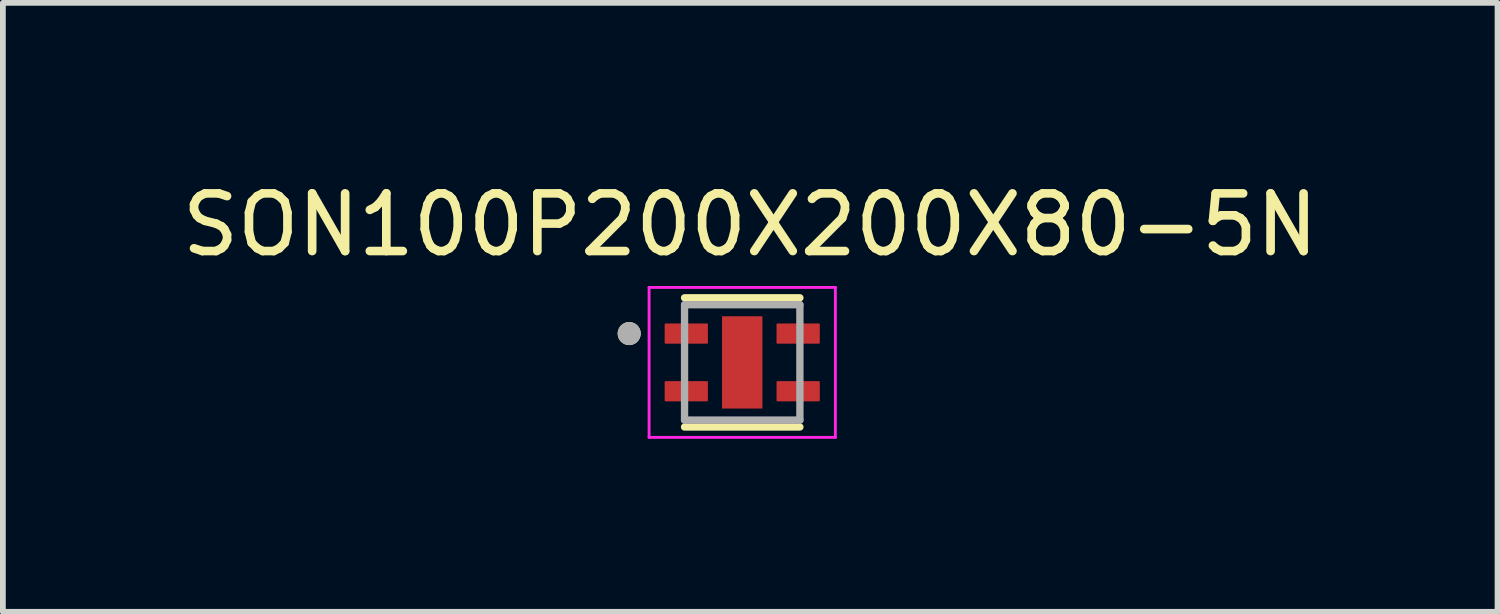
<source format=kicad_pcb>
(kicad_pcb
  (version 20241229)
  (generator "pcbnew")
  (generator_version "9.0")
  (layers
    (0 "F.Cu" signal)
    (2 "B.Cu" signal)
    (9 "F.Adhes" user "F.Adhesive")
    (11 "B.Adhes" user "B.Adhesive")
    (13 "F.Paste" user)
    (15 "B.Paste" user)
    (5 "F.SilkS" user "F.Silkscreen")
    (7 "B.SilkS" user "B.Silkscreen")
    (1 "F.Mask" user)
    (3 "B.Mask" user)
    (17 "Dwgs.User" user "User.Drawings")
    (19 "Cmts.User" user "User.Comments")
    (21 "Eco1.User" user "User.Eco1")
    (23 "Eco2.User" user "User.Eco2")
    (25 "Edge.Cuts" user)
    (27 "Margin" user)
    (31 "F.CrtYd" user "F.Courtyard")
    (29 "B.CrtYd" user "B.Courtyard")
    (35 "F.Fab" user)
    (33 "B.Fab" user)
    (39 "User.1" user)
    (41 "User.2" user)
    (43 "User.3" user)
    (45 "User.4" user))
  (footprint "SON100P200X200X80-5N"
    (layer "F.Cu")
    (at 9.82 3.234)
    (property "Reference" "SON100P200X200X80-5N" (at 0.138 -2.386 0) (layer "F.SilkS") (effects (font (size 1 1) (thickness 0.15))))
    (attr smd)
    (fp_line (start -1 -1.12) (end 1 -1.12) (stroke (width 0.127) (type solid)) (layer "F.SilkS"))
    (fp_line (start -1 1.12) (end 1 1.12) (stroke (width 0.127) (type solid)) (layer "F.SilkS"))
    (fp_circle (center -1.96 -0.5) (end -1.86 -0.5) (stroke (width 0.2) (type solid)) (fill no) (layer "F.SilkS"))
    (fp_line (start -1.615 -1.3) (end -1.615 1.3) (stroke (width 0.05) (type solid)) (layer "F.CrtYd"))
    (fp_line (start -1.615 -1.3) (end 1.615 -1.3) (stroke (width 0.05) (type solid)) (layer "F.CrtYd"))
    (fp_line (start -1.615 1.3) (end 1.615 1.3) (stroke (width 0.05) (type solid)) (layer "F.CrtYd"))
    (fp_line (start 1.615 -1.3) (end 1.615 1.3) (stroke (width 0.05) (type solid)) (layer "F.CrtYd"))
    (fp_line (start -1 -1) (end -1 1) (stroke (width 0.127) (type solid)) (layer "F.Fab"))
    (fp_line (start -1 -1) (end 1 -1) (stroke (width 0.127) (type solid)) (layer "F.Fab"))
    (fp_line (start -1 1) (end 1 1) (stroke (width 0.127) (type solid)) (layer "F.Fab"))
    (fp_line (start 1 -1) (end 1 1) (stroke (width 0.127) (type solid)) (layer "F.Fab"))
    (fp_circle (center -1.96 -0.5) (end -1.86 -0.5) (stroke (width 0.2) (type solid)) (fill no) (layer "F.Fab"))
    (pad "1" smd roundrect (at -0.97 -0.5) (size 0.75 0.35) (layers "F.Cu" "F.Mask" "F.Paste") (roundrect_rratio 0.04))
    (pad "2" smd roundrect (at -0.97 0.5) (size 0.75 0.35) (layers "F.Cu" "F.Mask" "F.Paste") (roundrect_rratio 0.04))
    (pad "3" smd roundrect (at 0.97 0.5) (size 0.75 0.35) (layers "F.Cu" "F.Mask" "F.Paste") (roundrect_rratio 0.04))
    (pad "4" smd roundrect (at 0.97 -0.5) (size 0.75 0.35) (layers "F.Cu" "F.Mask" "F.Paste") (roundrect_rratio 0.04))
    (pad "5" smd rect (at 0 0) (size 0.7 1.6) (layers "F.Cu" "F.Mask" "F.Paste")))
  (gr_rect
    (start -3 -3)
    (end 22.917 7.559)
    (stroke (width 0.1) (type default))
    (fill no)
    (layer "Edge.Cuts")))
</source>
